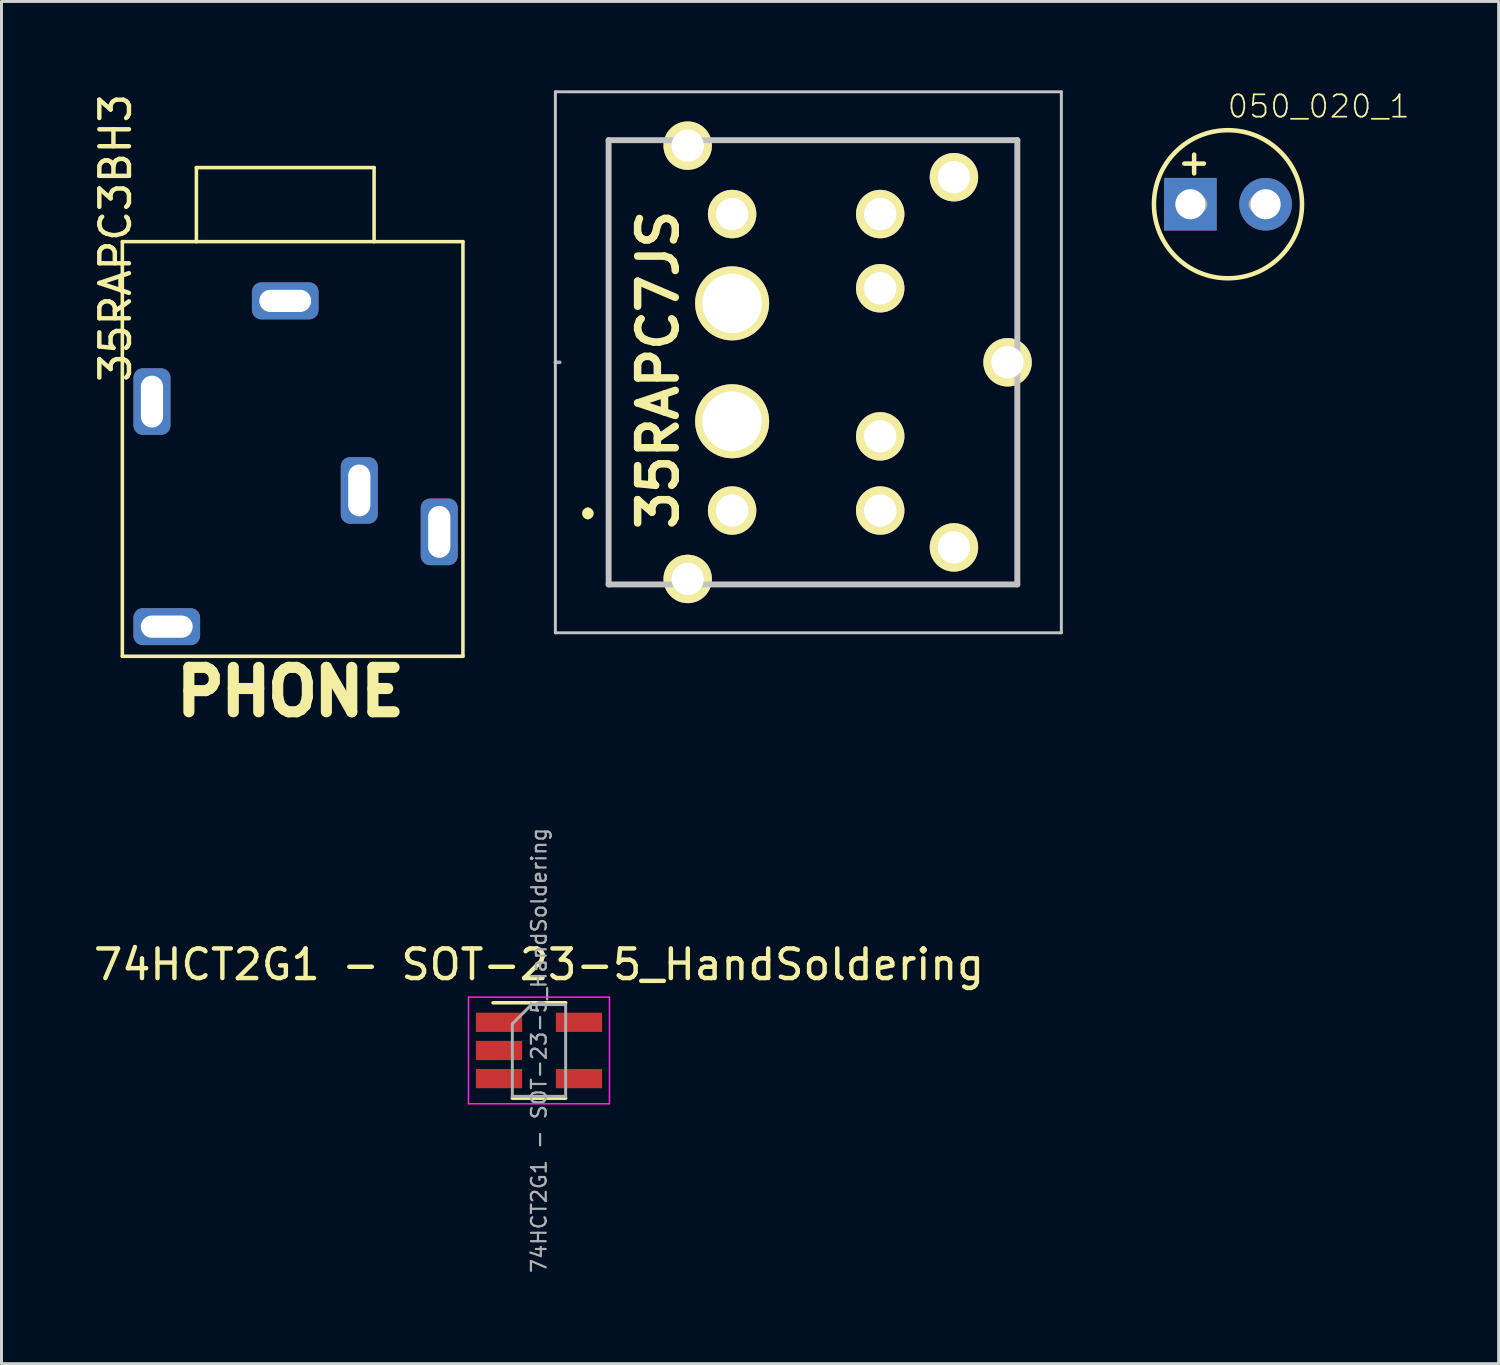
<source format=kicad_pcb>
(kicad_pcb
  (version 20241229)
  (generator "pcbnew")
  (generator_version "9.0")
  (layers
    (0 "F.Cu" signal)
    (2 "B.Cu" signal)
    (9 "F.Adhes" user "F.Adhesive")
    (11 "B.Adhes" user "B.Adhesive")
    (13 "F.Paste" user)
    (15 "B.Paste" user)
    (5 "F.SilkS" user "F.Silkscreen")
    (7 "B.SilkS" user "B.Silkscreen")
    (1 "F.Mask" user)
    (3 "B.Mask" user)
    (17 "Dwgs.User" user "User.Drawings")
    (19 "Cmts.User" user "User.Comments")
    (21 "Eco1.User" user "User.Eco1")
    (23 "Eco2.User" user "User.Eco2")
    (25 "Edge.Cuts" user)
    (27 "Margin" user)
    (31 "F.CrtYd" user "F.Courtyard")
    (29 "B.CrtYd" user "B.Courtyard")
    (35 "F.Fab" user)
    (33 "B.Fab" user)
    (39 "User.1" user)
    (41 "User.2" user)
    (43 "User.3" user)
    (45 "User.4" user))
  (footprint "050_020_1"
    (layer "F.Cu")
    (at 38.413 3.846)
    (property "Reference" "050_020_1" (at -0.064 -3.302 0) (layer "F.SilkS") (effects (font (size 0.754 0.754) (thickness 0.059)) (justify left)))
    (fp_line (start -1.143 -1.676) (end -1.143 -1.041) (stroke (width 0.152) (type solid)) (layer "F.SilkS"))
    (fp_line (start -0.813 -1.372) (end -1.473 -1.372) (stroke (width 0.152) (type solid)) (layer "F.SilkS"))
    (fp_circle (center 0 0) (end 2.5 0) (stroke (width 0.152) (type solid)) (fill no) (layer "F.SilkS"))
    (fp_line (start -1 0) (end -1.25 0) (stroke (width 0.61) (type solid)) (layer "F.Fab"))
    (fp_line (start 1 0) (end 1.25 0) (stroke (width 0.61) (type solid)) (layer "F.Fab"))
    (pad "+" thru_hole rect (at -1.27 0) (size 1.778 1.778) (drill 1.016) (layers "*.Cu" "*.Mask"))
    (pad "-" thru_hole circle (at 1.27 0) (size 1.778 1.778) (drill 1.016) (layers "*.Cu" "*.Mask")))
  (footprint "74HCT2G1 - SOT-23-5_HandSoldering"
    (layer "F.Cu")
    (at 15.149 32.419)
    (property "Reference" "74HCT2G1 - SOT-23-5_HandSoldering" (at 0 -2.9 0) (layer "F.SilkS") (effects (font (size 1 1) (thickness 0.15))))
    (attr smd)
    (fp_line (start -0.9 1.61) (end 0.9 1.61) (stroke (width 0.12) (type solid)) (layer "F.SilkS"))
    (fp_line (start 0.9 -1.61) (end -1.55 -1.61) (stroke (width 0.12) (type solid)) (layer "F.SilkS"))
    (fp_line (start -2.38 -1.8) (end -2.38 1.8) (stroke (width 0.05) (type solid)) (layer "F.CrtYd"))
    (fp_line (start -2.38 -1.8) (end 2.38 -1.8) (stroke (width 0.05) (type solid)) (layer "F.CrtYd"))
    (fp_line (start 2.38 1.8) (end -2.38 1.8) (stroke (width 0.05) (type solid)) (layer "F.CrtYd"))
    (fp_line (start 2.38 1.8) (end 2.38 -1.8) (stroke (width 0.05) (type solid)) (layer "F.CrtYd"))
    (fp_line (start -0.9 -0.9) (end -0.9 1.55) (stroke (width 0.1) (type solid)) (layer "F.Fab"))
    (fp_line (start -0.9 -0.9) (end -0.25 -1.55) (stroke (width 0.1) (type solid)) (layer "F.Fab"))
    (fp_line (start 0.9 -1.55) (end -0.25 -1.55) (stroke (width 0.1) (type solid)) (layer "F.Fab"))
    (fp_line (start 0.9 -1.55) (end 0.9 1.55) (stroke (width 0.1) (type solid)) (layer "F.Fab"))
    (fp_line (start 0.9 1.55) (end -0.9 1.55) (stroke (width 0.1) (type solid)) (layer "F.Fab"))
    (fp_text user "${REFERENCE}" (at 0 0 90) (layer "F.Fab") (effects (font (size 0.5 0.5) (thickness 0.075))))
    (pad "1" smd rect (at -1.35 -0.95) (size 1.56 0.65) (layers "F.Cu" "F.Mask" "F.Paste"))
    (pad "2" smd rect (at -1.35 0) (size 1.56 0.65) (layers "F.Cu" "F.Mask" "F.Paste"))
    (pad "3" smd rect (at -1.35 0.95) (size 1.56 0.65) (layers "F.Cu" "F.Mask" "F.Paste"))
    (pad "4" smd rect (at 1.35 0.95) (size 1.56 0.65) (layers "F.Cu" "F.Mask" "F.Paste"))
    (pad "5" smd rect (at 1.35 -0.95) (size 1.56 0.65) (layers "F.Cu" "F.Mask" "F.Paste")))
  (footprint "35RAPC7JS"
    (layer "F.Cu")
    (at 24.001 9.183)
    (property "Reference" "35RAPC7JS" (at -4.826 0.254 270) (layer "F.SilkS") (effects (font (size 1.27 1.27) (thickness 0.254))))
    (attr through_hole)
    (fp_line (start -7.201 5.005) (end -7.201 5.005) (stroke (width 0.2) (type solid)) (layer "F.SilkS"))
    (fp_line (start -7.201 5.2) (end -7.201 5.2) (stroke (width 0.2) (type solid)) (layer "F.SilkS"))
    (fp_line (start -6.501 -7.5) (end -6.501 7.5) (stroke (width 0.1) (type solid)) (layer "F.SilkS"))
    (fp_line (start -6.501 7.5) (end -5.501 7.5) (stroke (width 0.1) (type solid)) (layer "F.SilkS"))
    (fp_line (start -5.501 -7.5) (end -6.501 -7.5) (stroke (width 0.1) (type solid)) (layer "F.SilkS"))
    (fp_line (start -2.501 7.5) (end 7.299 7.5) (stroke (width 0.1) (type solid)) (layer "F.SilkS"))
    (fp_line (start 7.299 -7.5) (end -2.331 -7.5) (stroke (width 0.1) (type solid)) (layer "F.SilkS"))
    (fp_line (start 7.299 -1.5) (end 7.299 -7.5) (stroke (width 0.1) (type solid)) (layer "F.SilkS"))
    (fp_line (start 7.299 7.5) (end 7.299 1.5) (stroke (width 0.1) (type solid)) (layer "F.SilkS"))
    (fp_arc (start -7.201 5.005) (mid -7.104 5.103) (end -7.202 5.2) (stroke (width 0.2) (type solid)) (layer "F.SilkS"))
    (fp_arc (start -7.201 5.2) (mid -7.299 5.103) (end -7.202 5.005) (stroke (width 0.2) (type solid)) (layer "F.SilkS"))
    (fp_line (start -8.299 -9.133) (end 8.786 -9.133) (stroke (width 0.1) (type solid)) (layer "Dwgs.User"))
    (fp_line (start -8.299 9.133) (end -8.299 -9.133) (stroke (width 0.1) (type solid)) (layer "Dwgs.User"))
    (fp_line (start -6.501 -7.5) (end 7.299 -7.5) (stroke (width 0.2) (type solid)) (layer "Dwgs.User"))
    (fp_line (start -6.501 7.5) (end -6.501 -7.5) (stroke (width 0.2) (type solid)) (layer "Dwgs.User"))
    (fp_line (start 7.299 -7.5) (end 7.299 7.5) (stroke (width 0.2) (type solid)) (layer "Dwgs.User"))
    (fp_line (start 7.299 7.5) (end -6.501 7.5) (stroke (width 0.2) (type solid)) (layer "Dwgs.User"))
    (fp_line (start 8.786 -9.133) (end 8.786 9.133) (stroke (width 0.1) (type solid)) (layer "Dwgs.User"))
    (fp_line (start 8.786 9.133) (end -8.299 9.133) (stroke (width 0.1) (type solid)) (layer "Dwgs.User"))
    (fp_line (start -8.3 0) (end -8.15 0) (stroke (width 0.12) (type solid)) (layer "F.Fab"))
    (pad "1" thru_hole circle (at -2.331 5.005 90) (size 1.635 1.635) (drill 1.09) (layers "*.Cu" "*.Mask" "F.SilkS"))
    (pad "2" thru_hole circle (at 5.159 -6.25 90) (size 1.635 1.635) (drill 1.09) (layers "*.Cu" "*.Mask" "F.SilkS"))
    (pad "3" thru_hole circle (at 5.159 6.25 90) (size 1.635 1.635) (drill 1.09) (layers "*.Cu" "*.Mask" "F.SilkS"))
    (pad "4" thru_hole circle (at 2.669 5.005 90) (size 1.635 1.635) (drill 1.09) (layers "*.Cu" "*.Mask" "F.SilkS"))
    (pad "5" thru_hole circle (at 2.669 -5.005 90) (size 1.635 1.635) (drill 1.09) (layers "*.Cu" "*.Mask" "F.SilkS"))
    (pad "6" thru_hole circle (at -2.331 -5.005 90) (size 1.635 1.635) (drill 1.09) (layers "*.Cu" "*.Mask" "F.SilkS"))
    (pad "7" thru_hole circle (at 2.669 2.5 90) (size 1.635 1.635) (drill 1.09) (layers "*.Cu" "*.Mask" "F.SilkS"))
    (pad "8" thru_hole circle (at 2.669 -2.5 90) (size 1.635 1.635) (drill 1.09) (layers "*.Cu" "*.Mask" "F.SilkS"))
    (pad "9" thru_hole circle (at -3.831 -7.315 90) (size 1.635 1.635) (drill 1.09) (layers "*.Cu" "*.Mask" "F.SilkS"))
    (pad "10" thru_hole circle (at -3.831 7.315 90) (size 1.635 1.635) (drill 1.09) (layers "*.Cu" "*.Mask" "F.SilkS"))
    (pad "11" thru_hole circle (at 6.969 0 90) (size 1.635 1.635) (drill 1.09) (layers "*.Cu" "*.Mask" "F.SilkS"))
    (pad "12" thru_hole circle (at -2.331 -1.99 90) (size 2.5 2.5) (drill 2.01) (layers "*.Cu" "*.Mask" "F.SilkS"))
    (pad "13" thru_hole circle (at -2.331 1.99 90) (size 2.5 2.5) (drill 2.01) (layers "*.Cu" "*.Mask" "F.SilkS")))
  (footprint "35RAPC3BH3"
    (layer "F.Cu")
    (at 6.831 5.109)
    (property "Reference" "35RAPC3BH3" (at -5.982 -0.127 90) (layer "F.SilkS") (effects (font (size 1 1) (thickness 0.15))))
    (property "Label" "PHONE" (at 0 0 0) (layer "F.Fab") (hide yes) (effects (font (size 1.27 1.27) (thickness 0.15))))
    (attr through_hole)
    (fp_line (start -5.75 0) (end -5.75 14) (stroke (width 0.12) (type solid)) (layer "F.SilkS"))
    (fp_line (start -3.25 0) (end -3.25 -2.5) (stroke (width 0.12) (type solid)) (layer "F.SilkS"))
    (fp_line (start 2.75 -2.5) (end -3.25 -2.5) (stroke (width 0.12) (type solid)) (layer "F.SilkS"))
    (fp_line (start 2.75 0) (end 2.75 -2.5) (stroke (width 0.12) (type solid)) (layer "F.SilkS"))
    (fp_line (start 5.75 0) (end -5.75 0) (stroke (width 0.12) (type solid)) (layer "F.SilkS"))
    (fp_line (start 5.75 0) (end 5.75 14) (stroke (width 0.12) (type solid)) (layer "F.SilkS"))
    (fp_line (start 5.75 14) (end -5.75 14) (stroke (width 0.12) (type solid)) (layer "F.SilkS"))
    (fp_text user "${Label}" (at -0.075 15.2 0) (layer "F.SilkS") (effects (font (size 1.5 1.5) (thickness 0.375))))
    (pad "1" thru_hole roundrect (at -0.25 2 180) (size 2.25 1.25) (drill oval 1.75 0.75) (layers "*.Cu" "*.Mask") (roundrect_rratio 0.25))
    (pad "2" thru_hole roundrect (at 4.95 9.8 90) (size 2.25 1.25) (drill oval 1.75 0.75) (layers "*.Cu" "*.Mask") (roundrect_rratio 0.25))
    (pad "3" thru_hole roundrect (at 2.25 8.4 90) (size 2.25 1.25) (drill oval 1.75 0.75) (layers "*.Cu" "*.Mask") (roundrect_rratio 0.25))
    (pad "4" thru_hole roundrect (at -4.25 13) (size 2.25 1.25) (drill oval 1.75 0.75) (layers "*.Cu" "*.Mask") (roundrect_rratio 0.25))
    (pad "5" thru_hole roundrect (at -4.75 5.4 270) (size 2.25 1.25) (drill oval 1.75 0.75) (layers "*.Cu" "*.Mask") (roundrect_rratio 0.25)))
  (gr_rect
    (start -3 -3)
    (end 47.552 42.994)
    (stroke (width 0.1) (type default))
    (fill no)
    (layer "Edge.Cuts")))
</source>
